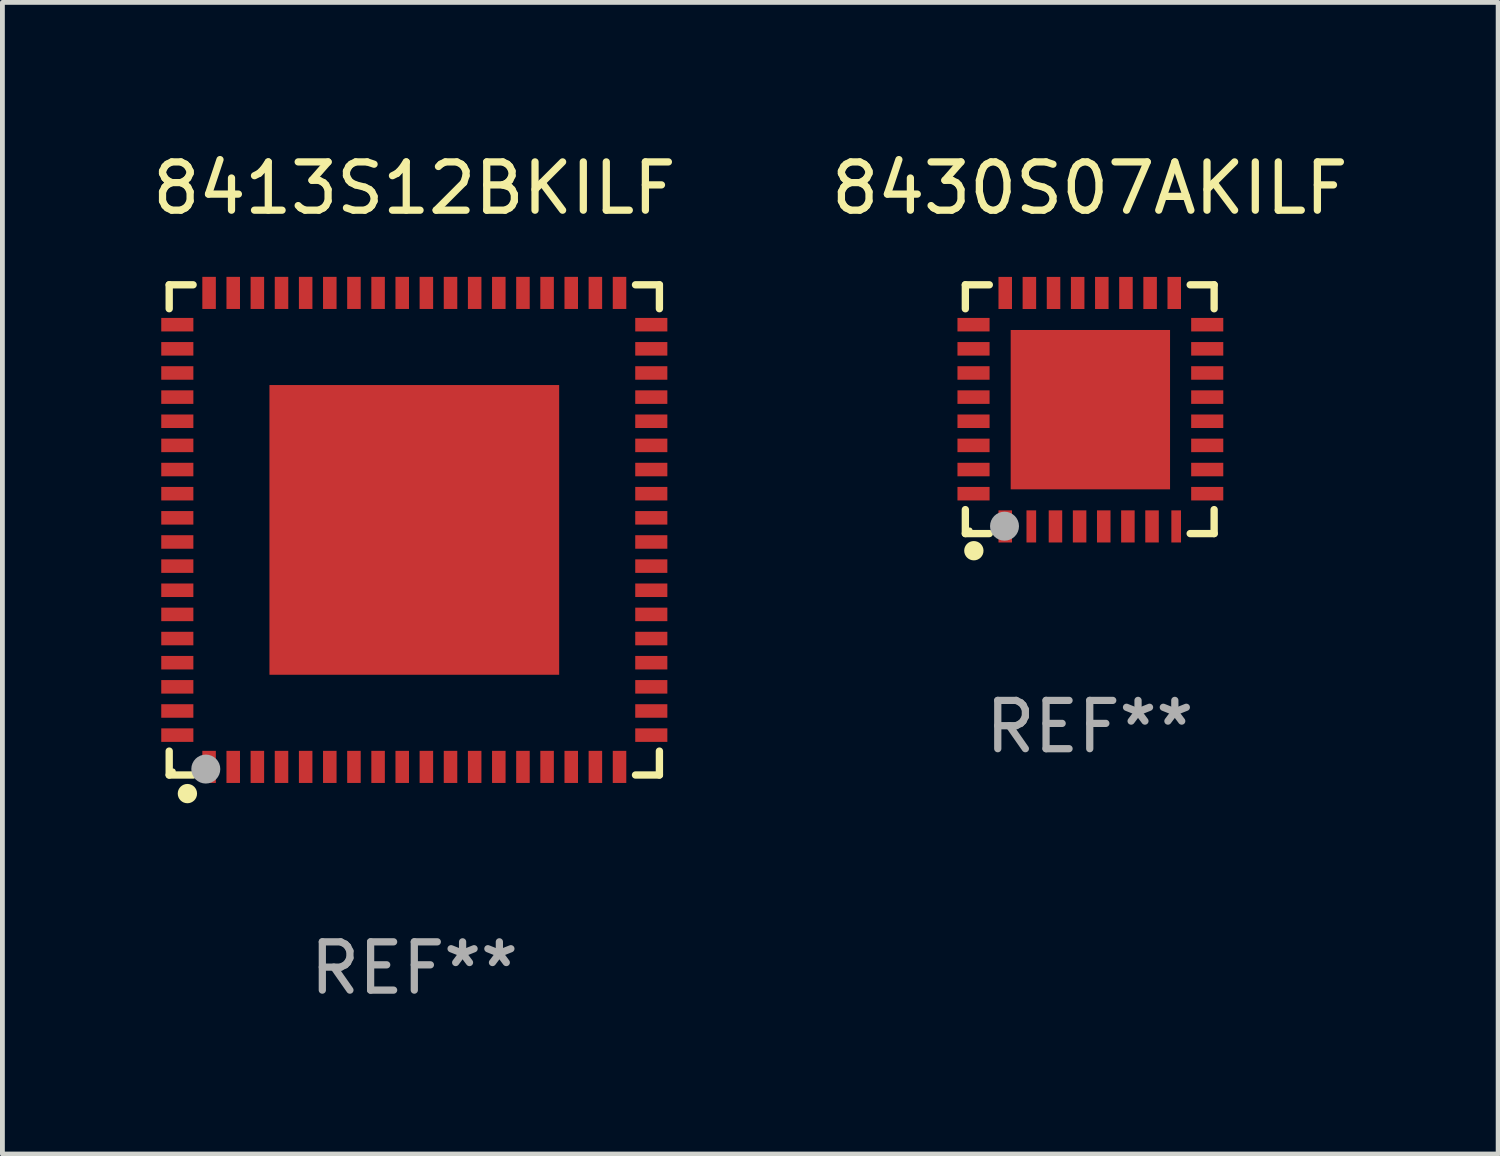
<source format=kicad_pcb>
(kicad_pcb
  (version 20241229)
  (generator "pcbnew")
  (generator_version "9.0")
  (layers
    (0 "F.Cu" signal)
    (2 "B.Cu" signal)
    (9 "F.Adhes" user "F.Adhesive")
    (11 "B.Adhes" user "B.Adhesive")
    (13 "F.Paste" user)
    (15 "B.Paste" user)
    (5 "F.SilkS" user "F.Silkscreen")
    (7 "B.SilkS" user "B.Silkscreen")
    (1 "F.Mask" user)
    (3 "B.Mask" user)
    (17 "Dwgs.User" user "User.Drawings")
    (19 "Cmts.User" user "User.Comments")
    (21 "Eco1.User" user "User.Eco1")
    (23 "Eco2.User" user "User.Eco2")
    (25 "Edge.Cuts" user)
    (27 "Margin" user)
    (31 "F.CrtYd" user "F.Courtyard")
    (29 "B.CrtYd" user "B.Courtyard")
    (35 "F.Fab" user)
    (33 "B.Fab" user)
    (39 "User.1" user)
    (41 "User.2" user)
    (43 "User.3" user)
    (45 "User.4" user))
  (footprint "8413S12BKILF"
    (layer "F.Cu")
    (at 5.53 7.924)
    (property "Reference" "8413S12BKILF" (at 0 -7.076 0) (layer "F.SilkS") (effects (font (size 1 1) (thickness 0.15))))
    (attr through_hole)
    (fp_line (start -5.076 -5.076) (end -4.581 -5.076) (stroke (width 0.152) (type solid)) (layer "F.SilkS"))
    (fp_line (start -5.076 -4.581) (end -5.076 -5.076) (stroke (width 0.152) (type solid)) (layer "F.SilkS"))
    (fp_line (start -5.076 4.581) (end -5.076 5.076) (stroke (width 0.152) (type solid)) (layer "F.SilkS"))
    (fp_line (start -5.076 5.076) (end -4.581 5.076) (stroke (width 0.152) (type solid)) (layer "F.SilkS"))
    (fp_line (start 5.076 -5.076) (end 4.581 -5.076) (stroke (width 0.152) (type solid)) (layer "F.SilkS"))
    (fp_line (start 5.076 -4.581) (end 5.076 -5.076) (stroke (width 0.152) (type solid)) (layer "F.SilkS"))
    (fp_line (start 5.076 4.581) (end 5.076 5.076) (stroke (width 0.152) (type solid)) (layer "F.SilkS"))
    (fp_line (start 5.076 5.076) (end 4.581 5.076) (stroke (width 0.152) (type solid)) (layer "F.SilkS"))
    (fp_circle (center -5 5) (end -4.97 5) (stroke (width 0.06) (type solid)) (fill no) (layer "F.SilkS"))
    (fp_circle (center -4.699 5.461) (end -4.599 5.461) (stroke (width 0.2) (type solid)) (fill no) (layer "F.SilkS"))
    (fp_circle (center -4.318 4.953) (end -4.168 4.953) (stroke (width 0.3) (type solid)) (fill no) (layer "F.Fab"))
    (fp_text user "REF**" (at 0 9.076 0) (layer "F.Fab") (effects (font (size 1 1) (thickness 0.15))))
    (pad "1" smd rect (at -4.25 4.908) (size 0.28 0.665) (layers "F.Cu" "F.Mask" "F.Paste"))
    (pad "2" smd rect (at -3.75 4.908) (size 0.28 0.665) (layers "F.Cu" "F.Mask" "F.Paste"))
    (pad "3" smd rect (at -3.25 4.908) (size 0.28 0.665) (layers "F.Cu" "F.Mask" "F.Paste"))
    (pad "4" smd rect (at -2.75 4.908) (size 0.28 0.665) (layers "F.Cu" "F.Mask" "F.Paste"))
    (pad "5" smd rect (at -2.25 4.908) (size 0.28 0.665) (layers "F.Cu" "F.Mask" "F.Paste"))
    (pad "6" smd rect (at -1.75 4.908) (size 0.28 0.665) (layers "F.Cu" "F.Mask" "F.Paste"))
    (pad "7" smd rect (at -1.25 4.908) (size 0.28 0.665) (layers "F.Cu" "F.Mask" "F.Paste"))
    (pad "8" smd rect (at -0.75 4.908) (size 0.28 0.665) (layers "F.Cu" "F.Mask" "F.Paste"))
    (pad "9" smd rect (at -0.25 4.908) (size 0.28 0.665) (layers "F.Cu" "F.Mask" "F.Paste"))
    (pad "10" smd rect (at 0.25 4.908) (size 0.28 0.665) (layers "F.Cu" "F.Mask" "F.Paste"))
    (pad "11" smd rect (at 0.75 4.908) (size 0.28 0.665) (layers "F.Cu" "F.Mask" "F.Paste"))
    (pad "12" smd rect (at 1.25 4.908) (size 0.28 0.665) (layers "F.Cu" "F.Mask" "F.Paste"))
    (pad "13" smd rect (at 1.75 4.908) (size 0.28 0.665) (layers "F.Cu" "F.Mask" "F.Paste"))
    (pad "14" smd rect (at 2.25 4.908) (size 0.28 0.665) (layers "F.Cu" "F.Mask" "F.Paste"))
    (pad "15" smd rect (at 2.75 4.908) (size 0.28 0.665) (layers "F.Cu" "F.Mask" "F.Paste"))
    (pad "16" smd rect (at 3.25 4.908) (size 0.28 0.665) (layers "F.Cu" "F.Mask" "F.Paste"))
    (pad "17" smd rect (at 3.75 4.908) (size 0.28 0.665) (layers "F.Cu" "F.Mask" "F.Paste"))
    (pad "18" smd rect (at 4.25 4.908) (size 0.28 0.665) (layers "F.Cu" "F.Mask" "F.Paste"))
    (pad "19" smd rect (at 4.908 4.25) (size 0.665 0.28) (layers "F.Cu" "F.Mask" "F.Paste"))
    (pad "20" smd rect (at 4.908 3.75) (size 0.665 0.28) (layers "F.Cu" "F.Mask" "F.Paste"))
    (pad "21" smd rect (at 4.908 3.25) (size 0.665 0.28) (layers "F.Cu" "F.Mask" "F.Paste"))
    (pad "22" smd rect (at 4.908 2.75) (size 0.665 0.28) (layers "F.Cu" "F.Mask" "F.Paste"))
    (pad "23" smd rect (at 4.908 2.25) (size 0.665 0.28) (layers "F.Cu" "F.Mask" "F.Paste"))
    (pad "24" smd rect (at 4.908 1.75) (size 0.665 0.28) (layers "F.Cu" "F.Mask" "F.Paste"))
    (pad "25" smd rect (at 4.908 1.25) (size 0.665 0.28) (layers "F.Cu" "F.Mask" "F.Paste"))
    (pad "26" smd rect (at 4.908 0.75) (size 0.665 0.28) (layers "F.Cu" "F.Mask" "F.Paste"))
    (pad "27" smd rect (at 4.908 0.25) (size 0.665 0.28) (layers "F.Cu" "F.Mask" "F.Paste"))
    (pad "28" smd rect (at 4.908 -0.25) (size 0.665 0.28) (layers "F.Cu" "F.Mask" "F.Paste"))
    (pad "29" smd rect (at 4.908 -0.75) (size 0.665 0.28) (layers "F.Cu" "F.Mask" "F.Paste"))
    (pad "30" smd rect (at 4.908 -1.25) (size 0.665 0.28) (layers "F.Cu" "F.Mask" "F.Paste"))
    (pad "31" smd rect (at 4.908 -1.75) (size 0.665 0.28) (layers "F.Cu" "F.Mask" "F.Paste"))
    (pad "32" smd rect (at 4.908 -2.25) (size 0.665 0.28) (layers "F.Cu" "F.Mask" "F.Paste"))
    (pad "33" smd rect (at 4.908 -2.75) (size 0.665 0.28) (layers "F.Cu" "F.Mask" "F.Paste"))
    (pad "34" smd rect (at 4.908 -3.25) (size 0.665 0.28) (layers "F.Cu" "F.Mask" "F.Paste"))
    (pad "35" smd rect (at 4.908 -3.75) (size 0.665 0.28) (layers "F.Cu" "F.Mask" "F.Paste"))
    (pad "36" smd rect (at 4.908 -4.25) (size 0.665 0.28) (layers "F.Cu" "F.Mask" "F.Paste"))
    (pad "37" smd rect (at 4.25 -4.908) (size 0.28 0.665) (layers "F.Cu" "F.Mask" "F.Paste"))
    (pad "38" smd rect (at 3.75 -4.908) (size 0.28 0.665) (layers "F.Cu" "F.Mask" "F.Paste"))
    (pad "39" smd rect (at 3.25 -4.908) (size 0.28 0.665) (layers "F.Cu" "F.Mask" "F.Paste"))
    (pad "40" smd rect (at 2.75 -4.908) (size 0.28 0.665) (layers "F.Cu" "F.Mask" "F.Paste"))
    (pad "41" smd rect (at 2.25 -4.908) (size 0.28 0.665) (layers "F.Cu" "F.Mask" "F.Paste"))
    (pad "42" smd rect (at 1.75 -4.908) (size 0.28 0.665) (layers "F.Cu" "F.Mask" "F.Paste"))
    (pad "43" smd rect (at 1.25 -4.908) (size 0.28 0.665) (layers "F.Cu" "F.Mask" "F.Paste"))
    (pad "44" smd rect (at 0.75 -4.908) (size 0.28 0.665) (layers "F.Cu" "F.Mask" "F.Paste"))
    (pad "45" smd rect (at 0.25 -4.908) (size 0.28 0.665) (layers "F.Cu" "F.Mask" "F.Paste"))
    (pad "46" smd rect (at -0.25 -4.908) (size 0.28 0.665) (layers "F.Cu" "F.Mask" "F.Paste"))
    (pad "47" smd rect (at -0.75 -4.908) (size 0.28 0.665) (layers "F.Cu" "F.Mask" "F.Paste"))
    (pad "48" smd rect (at -1.25 -4.908) (size 0.28 0.665) (layers "F.Cu" "F.Mask" "F.Paste"))
    (pad "49" smd rect (at -1.75 -4.908) (size 0.28 0.665) (layers "F.Cu" "F.Mask" "F.Paste"))
    (pad "50" smd rect (at -2.25 -4.908) (size 0.28 0.665) (layers "F.Cu" "F.Mask" "F.Paste"))
    (pad "51" smd rect (at -2.75 -4.908) (size 0.28 0.665) (layers "F.Cu" "F.Mask" "F.Paste"))
    (pad "52" smd rect (at -3.25 -4.908) (size 0.28 0.665) (layers "F.Cu" "F.Mask" "F.Paste"))
    (pad "53" smd rect (at -3.75 -4.908) (size 0.28 0.665) (layers "F.Cu" "F.Mask" "F.Paste"))
    (pad "54" smd rect (at -4.25 -4.908) (size 0.28 0.665) (layers "F.Cu" "F.Mask" "F.Paste"))
    (pad "55" smd rect (at -4.908 -4.25) (size 0.665 0.28) (layers "F.Cu" "F.Mask" "F.Paste"))
    (pad "56" smd rect (at -4.908 -3.75) (size 0.665 0.28) (layers "F.Cu" "F.Mask" "F.Paste"))
    (pad "57" smd rect (at -4.908 -3.25) (size 0.665 0.28) (layers "F.Cu" "F.Mask" "F.Paste"))
    (pad "58" smd rect (at -4.908 -2.75) (size 0.665 0.28) (layers "F.Cu" "F.Mask" "F.Paste"))
    (pad "59" smd rect (at -4.908 -2.25) (size 0.665 0.28) (layers "F.Cu" "F.Mask" "F.Paste"))
    (pad "60" smd rect (at -4.908 -1.75) (size 0.665 0.28) (layers "F.Cu" "F.Mask" "F.Paste"))
    (pad "61" smd rect (at -4.908 -1.25) (size 0.665 0.28) (layers "F.Cu" "F.Mask" "F.Paste"))
    (pad "62" smd rect (at -4.908 -0.75) (size 0.665 0.28) (layers "F.Cu" "F.Mask" "F.Paste"))
    (pad "63" smd rect (at -4.908 -0.25) (size 0.665 0.28) (layers "F.Cu" "F.Mask" "F.Paste"))
    (pad "64" smd rect (at -4.908 0.25) (size 0.665 0.28) (layers "F.Cu" "F.Mask" "F.Paste"))
    (pad "65" smd rect (at -4.908 0.75) (size 0.665 0.28) (layers "F.Cu" "F.Mask" "F.Paste"))
    (pad "66" smd rect (at -4.908 1.25) (size 0.665 0.28) (layers "F.Cu" "F.Mask" "F.Paste"))
    (pad "67" smd rect (at -4.908 1.75) (size 0.665 0.28) (layers "F.Cu" "F.Mask" "F.Paste"))
    (pad "68" smd rect (at -4.908 2.25) (size 0.665 0.28) (layers "F.Cu" "F.Mask" "F.Paste"))
    (pad "69" smd rect (at -4.908 2.75) (size 0.665 0.28) (layers "F.Cu" "F.Mask" "F.Paste"))
    (pad "70" smd rect (at -4.908 3.25) (size 0.665 0.28) (layers "F.Cu" "F.Mask" "F.Paste"))
    (pad "71" smd rect (at -4.908 3.75) (size 0.665 0.28) (layers "F.Cu" "F.Mask" "F.Paste"))
    (pad "72" smd rect (at -4.908 4.25) (size 0.665 0.28) (layers "F.Cu" "F.Mask" "F.Paste"))
    (pad "73" smd rect (at 0 0) (size 6 6) (layers "F.Cu" "F.Mask" "F.Paste")))
  (footprint "8430S07AKILF"
    (layer "F.Cu")
    (at 19.518 5.424)
    (property "Reference" "8430S07AKILF" (at 0 -4.576 0) (layer "F.SilkS") (effects (font (size 1 1) (thickness 0.15))))
    (attr through_hole)
    (fp_line (start -2.576 -2.576) (end -2.576 -2.08) (stroke (width 0.152) (type solid)) (layer "F.SilkS"))
    (fp_line (start -2.576 2.576) (end -2.576 2.08) (stroke (width 0.152) (type solid)) (layer "F.SilkS"))
    (fp_line (start -2.08 -2.576) (end -2.576 -2.576) (stroke (width 0.152) (type solid)) (layer "F.SilkS"))
    (fp_line (start -2.08 2.576) (end -2.576 2.576) (stroke (width 0.152) (type solid)) (layer "F.SilkS"))
    (fp_line (start 2.08 -2.576) (end 2.576 -2.576) (stroke (width 0.152) (type solid)) (layer "F.SilkS"))
    (fp_line (start 2.08 2.576) (end 2.576 2.576) (stroke (width 0.152) (type solid)) (layer "F.SilkS"))
    (fp_line (start 2.576 -2.576) (end 2.576 -2.08) (stroke (width 0.152) (type solid)) (layer "F.SilkS"))
    (fp_line (start 2.576 2.576) (end 2.576 2.08) (stroke (width 0.152) (type solid)) (layer "F.SilkS"))
    (fp_circle (center -2.487 2.51) (end -2.457 2.51) (stroke (width 0.06) (type solid)) (fill no) (layer "F.SilkS"))
    (fp_circle (center -2.4 2.931) (end -2.3 2.931) (stroke (width 0.2) (type solid)) (fill no) (layer "F.SilkS"))
    (fp_circle (center -1.765 2.423) (end -1.615 2.423) (stroke (width 0.3) (type solid)) (fill no) (layer "F.Fab"))
    (fp_text user "REF**" (at 0 6.576 0) (layer "F.Fab") (effects (font (size 1 1) (thickness 0.15))))
    (pad "1" smd rect (at -1.75 2.428) (size 0.28 0.665) (layers "F.Cu" "F.Mask" "F.Paste"))
    (pad "2" smd rect (at -1.21 2.428) (size 0.2 0.665) (layers "F.Cu" "F.Mask" "F.Paste"))
    (pad "3" smd rect (at -0.71 2.428) (size 0.28 0.665) (layers "F.Cu" "F.Mask" "F.Paste"))
    (pad "4" smd rect (at -0.21 2.428) (size 0.28 0.665) (layers "F.Cu" "F.Mask" "F.Paste"))
    (pad "5" smd rect (at 0.29 2.428) (size 0.28 0.665) (layers "F.Cu" "F.Mask" "F.Paste"))
    (pad "6" smd rect (at 0.79 2.428) (size 0.28 0.665) (layers "F.Cu" "F.Mask" "F.Paste"))
    (pad "7" smd rect (at 1.29 2.428) (size 0.28 0.665) (layers "F.Cu" "F.Mask" "F.Paste"))
    (pad "8" smd rect (at 1.79 2.428) (size 0.2 0.665) (layers "F.Cu" "F.Mask" "F.Paste"))
    (pad "9" smd rect (at 2.433 1.75) (size 0.665 0.28) (layers "F.Cu" "F.Mask" "F.Paste"))
    (pad "10" smd rect (at 2.433 1.25) (size 0.665 0.28) (layers "F.Cu" "F.Mask" "F.Paste"))
    (pad "11" smd rect (at 2.433 0.75) (size 0.665 0.28) (layers "F.Cu" "F.Mask" "F.Paste"))
    (pad "12" smd rect (at 2.433 0.25) (size 0.665 0.28) (layers "F.Cu" "F.Mask" "F.Paste"))
    (pad "13" smd rect (at 2.433 -0.25) (size 0.665 0.28) (layers "F.Cu" "F.Mask" "F.Paste"))
    (pad "14" smd rect (at 2.433 -0.75) (size 0.665 0.28) (layers "F.Cu" "F.Mask" "F.Paste"))
    (pad "15" smd rect (at 2.433 -1.25) (size 0.665 0.28) (layers "F.Cu" "F.Mask" "F.Paste"))
    (pad "16" smd rect (at 2.433 -1.75) (size 0.665 0.28) (layers "F.Cu" "F.Mask" "F.Paste"))
    (pad "17" smd rect (at 1.75 -2.407) (size 0.28 0.665) (layers "F.Cu" "F.Mask" "F.Paste"))
    (pad "18" smd rect (at 1.25 -2.407) (size 0.28 0.665) (layers "F.Cu" "F.Mask" "F.Paste"))
    (pad "19" smd rect (at 0.75 -2.407) (size 0.28 0.665) (layers "F.Cu" "F.Mask" "F.Paste"))
    (pad "20" smd rect (at 0.25 -2.407) (size 0.28 0.665) (layers "F.Cu" "F.Mask" "F.Paste"))
    (pad "21" smd rect (at -0.25 -2.407) (size 0.28 0.665) (layers "F.Cu" "F.Mask" "F.Paste"))
    (pad "22" smd rect (at -0.75 -2.407) (size 0.28 0.665) (layers "F.Cu" "F.Mask" "F.Paste"))
    (pad "23" smd rect (at -1.25 -2.407) (size 0.28 0.665) (layers "F.Cu" "F.Mask" "F.Paste"))
    (pad "24" smd rect (at -1.75 -2.407) (size 0.28 0.665) (layers "F.Cu" "F.Mask" "F.Paste"))
    (pad "25" smd rect (at -2.407 -1.75) (size 0.665 0.28) (layers "F.Cu" "F.Mask" "F.Paste"))
    (pad "26" smd rect (at -2.407 -1.25) (size 0.665 0.28) (layers "F.Cu" "F.Mask" "F.Paste"))
    (pad "27" smd rect (at -2.407 -0.75) (size 0.665 0.28) (layers "F.Cu" "F.Mask" "F.Paste"))
    (pad "28" smd rect (at -2.407 -0.25) (size 0.665 0.28) (layers "F.Cu" "F.Mask" "F.Paste"))
    (pad "29" smd rect (at -2.407 0.25) (size 0.665 0.28) (layers "F.Cu" "F.Mask" "F.Paste"))
    (pad "30" smd rect (at -2.407 0.75) (size 0.665 0.28) (layers "F.Cu" "F.Mask" "F.Paste"))
    (pad "31" smd rect (at -2.407 1.25) (size 0.665 0.28) (layers "F.Cu" "F.Mask" "F.Paste"))
    (pad "32" smd rect (at -2.407 1.75) (size 0.665 0.28) (layers "F.Cu" "F.Mask" "F.Paste"))
    (pad "33" smd rect (at 0.013 0.01) (size 3.3 3.3) (layers "F.Cu" "F.Mask" "F.Paste")))
  (gr_rect
    (start -3 -3)
    (end 27.976 20.849)
    (stroke (width 0.1) (type default))
    (fill no)
    (layer "Edge.Cuts")))
</source>
